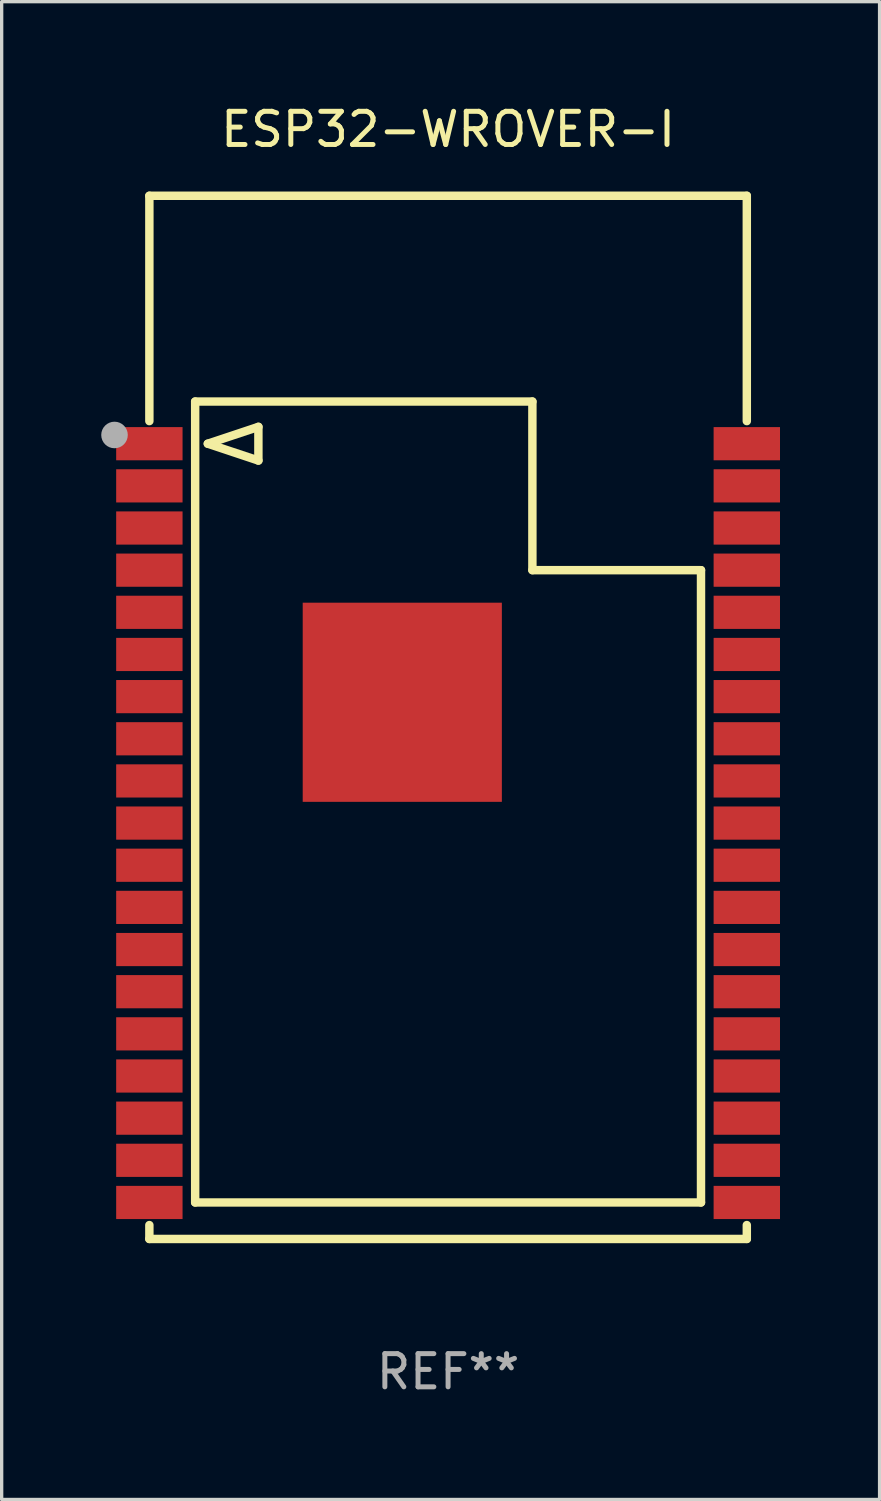
<source format=kicad_pcb>
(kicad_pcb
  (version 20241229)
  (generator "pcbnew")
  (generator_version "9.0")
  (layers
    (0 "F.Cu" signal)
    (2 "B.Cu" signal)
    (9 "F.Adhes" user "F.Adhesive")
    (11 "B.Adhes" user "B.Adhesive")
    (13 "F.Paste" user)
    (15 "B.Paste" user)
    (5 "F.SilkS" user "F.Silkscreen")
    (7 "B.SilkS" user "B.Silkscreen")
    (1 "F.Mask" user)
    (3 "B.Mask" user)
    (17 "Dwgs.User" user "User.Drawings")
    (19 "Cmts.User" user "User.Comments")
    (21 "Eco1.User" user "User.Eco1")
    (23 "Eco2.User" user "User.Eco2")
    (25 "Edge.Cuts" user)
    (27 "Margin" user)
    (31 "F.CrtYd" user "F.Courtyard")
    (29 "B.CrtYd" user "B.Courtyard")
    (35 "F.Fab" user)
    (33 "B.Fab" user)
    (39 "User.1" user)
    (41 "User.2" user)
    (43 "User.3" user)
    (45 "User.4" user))
  (footprint "ESP32-WROVER-I"
    (layer "F.Cu")
    (at 10.45 18.563)
    (property "Reference" "ESP32-WROVER-I" (at 0 -17.715 0) (layer "F.SilkS") (effects (font (size 1 1) (thickness 0.15))))
    (attr through_hole)
    (fp_line (start -9 -15.715) (end -9 -8.926) (stroke (width 0.254) (type solid)) (layer "F.SilkS"))
    (fp_line (start -9 15.296) (end -9 15.715) (stroke (width 0.254) (type solid)) (layer "F.SilkS"))
    (fp_line (start -9 15.715) (end 9 15.715) (stroke (width 0.254) (type solid)) (layer "F.SilkS"))
    (fp_line (start -7.62 -9.515) (end 2.54 -9.515) (stroke (width 0.254) (type solid)) (layer "F.SilkS"))
    (fp_line (start -7.62 14.615) (end -7.62 -9.515) (stroke (width 0.254) (type solid)) (layer "F.SilkS"))
    (fp_line (start -7.239 -8.245) (end -5.715 -8.753) (stroke (width 0.254) (type solid)) (layer "F.SilkS"))
    (fp_line (start -5.715 -8.753) (end -5.715 -7.737) (stroke (width 0.254) (type solid)) (layer "F.SilkS"))
    (fp_line (start -5.715 -7.737) (end -7.239 -8.245) (stroke (width 0.254) (type solid)) (layer "F.SilkS"))
    (fp_line (start 2.54 -9.515) (end 2.54 -4.435) (stroke (width 0.254) (type solid)) (layer "F.SilkS"))
    (fp_line (start 2.54 -4.435) (end 7.62 -4.435) (stroke (width 0.254) (type solid)) (layer "F.SilkS"))
    (fp_line (start 7.62 -4.435) (end 7.62 14.615) (stroke (width 0.254) (type solid)) (layer "F.SilkS"))
    (fp_line (start 7.62 14.615) (end -7.62 14.615) (stroke (width 0.254) (type solid)) (layer "F.SilkS"))
    (fp_line (start 9 -15.715) (end -9 -15.715) (stroke (width 0.254) (type solid)) (layer "F.SilkS"))
    (fp_line (start 9 -8.926) (end 9 -15.715) (stroke (width 0.254) (type solid)) (layer "F.SilkS"))
    (fp_line (start 9 15.715) (end 9 15.296) (stroke (width 0.254) (type solid)) (layer "F.SilkS"))
    (fp_circle (center -9 -15.718) (end -8.97 -15.718) (stroke (width 0.06) (type solid)) (fill no) (layer "F.SilkS"))
    (fp_circle (center -10.05 -8.508) (end -9.85 -8.508) (stroke (width 0.4) (type solid)) (fill no) (layer "F.Fab"))
    (fp_text user "REF**" (at 0 19.715 0) (layer "F.Fab") (effects (font (size 1 1) (thickness 0.15))))
    (pad "1" smd rect (at -9 -8.245) (size 2 1) (layers "F.Cu" "F.Mask" "F.Paste"))
    (pad "2" smd rect (at -9 -6.975) (size 2 1) (layers "F.Cu" "F.Mask" "F.Paste"))
    (pad "3" smd rect (at -9 -5.705) (size 2 1) (layers "F.Cu" "F.Mask" "F.Paste"))
    (pad "4" smd rect (at -9 -4.435) (size 2 1) (layers "F.Cu" "F.Mask" "F.Paste"))
    (pad "5" smd rect (at -9 -3.165) (size 2 1) (layers "F.Cu" "F.Mask" "F.Paste"))
    (pad "6" smd rect (at -9 -1.895) (size 2 1) (layers "F.Cu" "F.Mask" "F.Paste"))
    (pad "7" smd rect (at -9 -0.625) (size 2 1) (layers "F.Cu" "F.Mask" "F.Paste"))
    (pad "8" smd rect (at -9 0.645) (size 2 1) (layers "F.Cu" "F.Mask" "F.Paste"))
    (pad "9" smd rect (at -9 1.915) (size 2 1) (layers "F.Cu" "F.Mask" "F.Paste"))
    (pad "10" smd rect (at -9 3.185) (size 2 1) (layers "F.Cu" "F.Mask" "F.Paste"))
    (pad "11" smd rect (at -9 4.455) (size 2 1) (layers "F.Cu" "F.Mask" "F.Paste"))
    (pad "12" smd rect (at -9 5.725) (size 2 1) (layers "F.Cu" "F.Mask" "F.Paste"))
    (pad "13" smd rect (at -9 6.995) (size 2 1) (layers "F.Cu" "F.Mask" "F.Paste"))
    (pad "14" smd rect (at -9 8.265) (size 2 1) (layers "F.Cu" "F.Mask" "F.Paste"))
    (pad "15" smd rect (at -9 9.535) (size 2 1) (layers "F.Cu" "F.Mask" "F.Paste"))
    (pad "16" smd rect (at -9 10.805) (size 2 1) (layers "F.Cu" "F.Mask" "F.Paste"))
    (pad "17" smd rect (at -9 12.075) (size 2 1) (layers "F.Cu" "F.Mask" "F.Paste"))
    (pad "18" smd rect (at -9 13.345) (size 2 1) (layers "F.Cu" "F.Mask" "F.Paste"))
    (pad "19" smd rect (at -9 14.615) (size 2 1) (layers "F.Cu" "F.Mask" "F.Paste"))
    (pad "20" smd rect (at 9 14.615) (size 2 1) (layers "F.Cu" "F.Mask" "F.Paste"))
    (pad "21" smd rect (at 9 13.345) (size 2 1) (layers "F.Cu" "F.Mask" "F.Paste"))
    (pad "22" smd rect (at 9 12.075) (size 2 1) (layers "F.Cu" "F.Mask" "F.Paste"))
    (pad "23" smd rect (at 9 10.805) (size 2 1) (layers "F.Cu" "F.Mask" "F.Paste"))
    (pad "24" smd rect (at 9 9.535) (size 2 1) (layers "F.Cu" "F.Mask" "F.Paste"))
    (pad "25" smd rect (at 9 8.265) (size 2 1) (layers "F.Cu" "F.Mask" "F.Paste"))
    (pad "26" smd rect (at 9 6.995) (size 2 1) (layers "F.Cu" "F.Mask" "F.Paste"))
    (pad "27" smd rect (at 9 5.725) (size 2 1) (layers "F.Cu" "F.Mask" "F.Paste"))
    (pad "28" smd rect (at 9 4.455) (size 2 1) (layers "F.Cu" "F.Mask" "F.Paste"))
    (pad "29" smd rect (at 9 3.185) (size 2 1) (layers "F.Cu" "F.Mask" "F.Paste"))
    (pad "30" smd rect (at 9 1.915) (size 2 1) (layers "F.Cu" "F.Mask" "F.Paste"))
    (pad "31" smd rect (at 9 0.645) (size 2 1) (layers "F.Cu" "F.Mask" "F.Paste"))
    (pad "32" smd rect (at 9 -0.625) (size 2 1) (layers "F.Cu" "F.Mask" "F.Paste"))
    (pad "33" smd rect (at 9 -1.895) (size 2 1) (layers "F.Cu" "F.Mask" "F.Paste"))
    (pad "34" smd rect (at 9 -3.165) (size 2 1) (layers "F.Cu" "F.Mask" "F.Paste"))
    (pad "35" smd rect (at 9 -4.435) (size 2 1) (layers "F.Cu" "F.Mask" "F.Paste"))
    (pad "36" smd rect (at 9 -5.705) (size 2 1) (layers "F.Cu" "F.Mask" "F.Paste"))
    (pad "37" smd rect (at 9 -6.975) (size 2 1) (layers "F.Cu" "F.Mask" "F.Paste"))
    (pad "38" smd rect (at 9 -8.245) (size 2 1) (layers "F.Cu" "F.Mask" "F.Paste"))
    (pad "39" smd rect (at -1.38 -0.455) (size 6 6) (layers "F.Cu" "F.Mask" "F.Paste")))
  (gr_rect
    (start -3 -3)
    (end 23.45 42.127)
    (stroke (width 0.1) (type default))
    (fill no)
    (layer "Edge.Cuts")))
</source>
